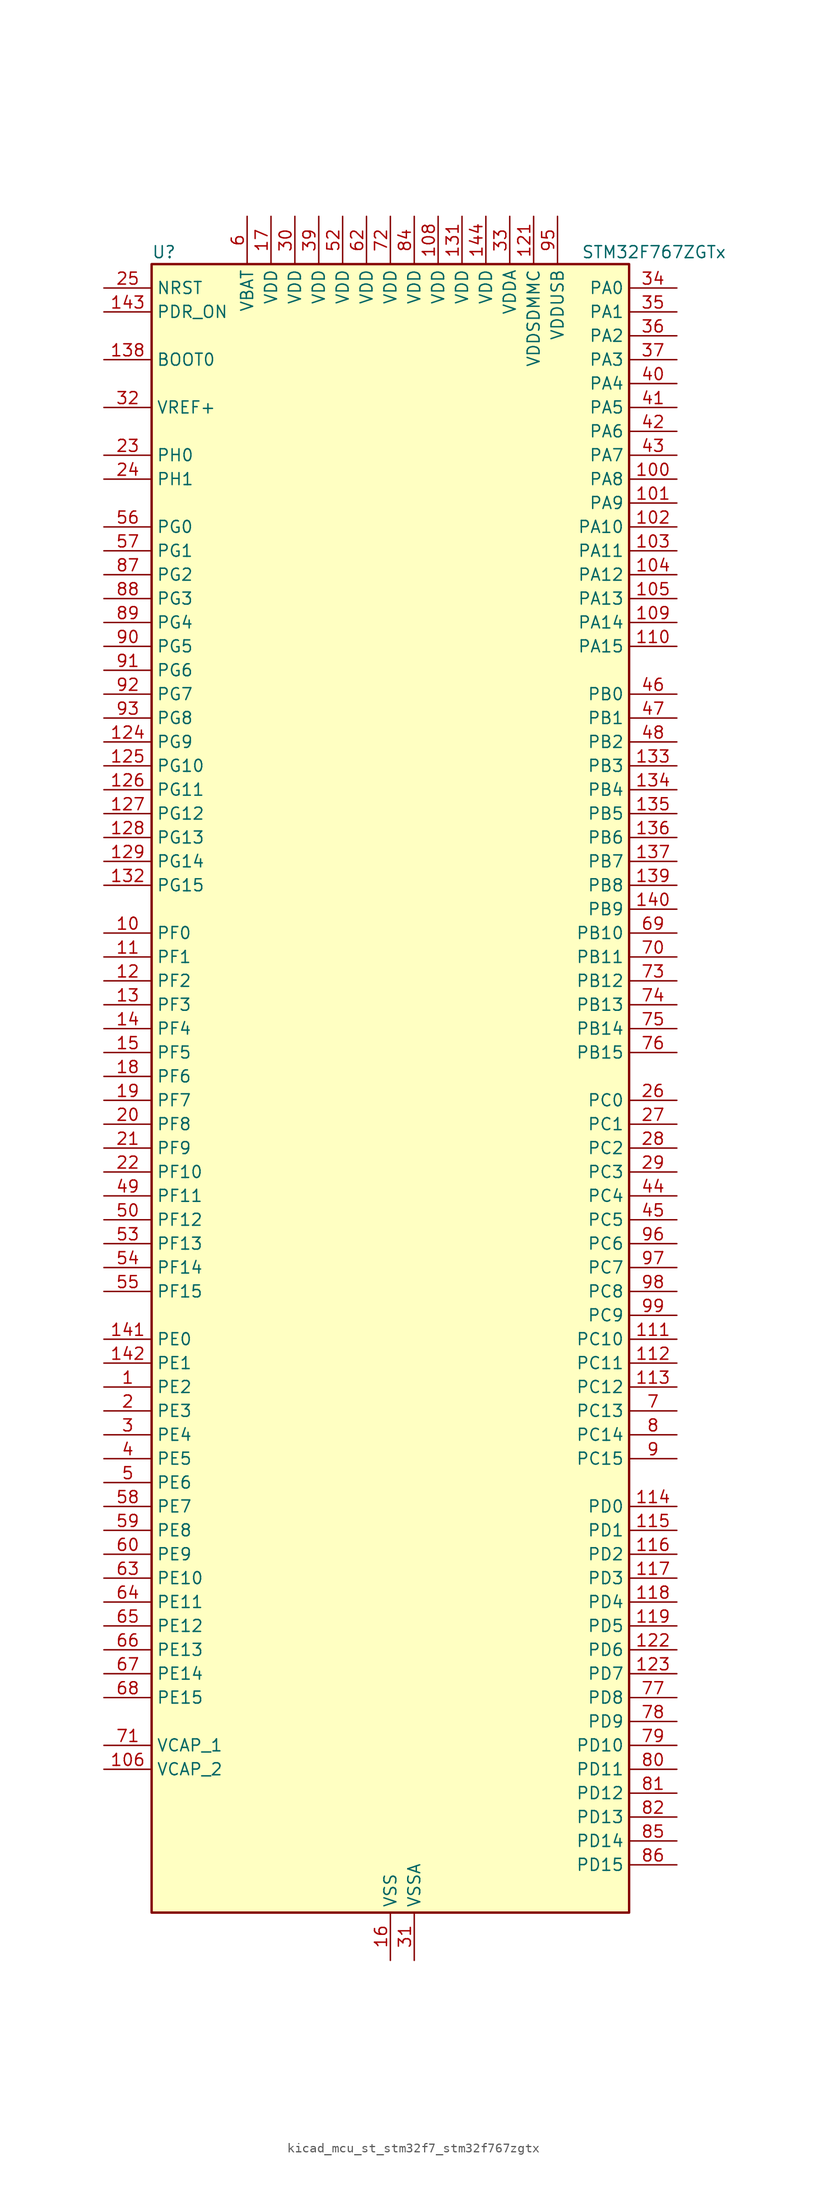
<source format=kicad_sym>
(kicad_symbol_lib
  (version 20220914)
  (generator kicad_symbol_editor)
  (symbol "kicad_mcu_st_stm32f7_stm32f767zgtx"
    (property "Reference" "U"
      (at -25.4 90.17 0)
      (effects (font (size 1.27 1.27)) (justify left)))
    (property "Value" "STM32F767ZGTx"
      (at 20.32 90.17 0)
      (effects (font (size 1.27 1.27)) (justify left)))
    (property "ki_locked" ""
      (at 0 0 0)
      (effects (font (size 1.27 1.27))))
    (symbol "kicad_mcu_st_stm32f7_stm32f767zgtx_0_1"
      (rectangle (start -25.4 -86.36) (end 25.4 88.9) (stroke (width 0.254) (type default)) (fill (type background))))
    (symbol "kicad_mcu_st_stm32f7_stm32f767zgtx_1_1"
      (pin bidirectional line (at -30.48 -30.48 0) (length 5.08) (name "PE2" (effects (font (size 1.27 1.27)))) (number "1" (effects (font (size 1.27 1.27)))) (alternate "ETH_TXD3" bidirectional line) (alternate "FMC_A23" bidirectional line) (alternate "QUADSPI_BK1_IO2" bidirectional line) (alternate "SAI1_MCLK_A" bidirectional line) (alternate "SPI4_SCK" bidirectional line) (alternate "SYS_TRACECLK" bidirectional line))
      (pin bidirectional line (at -30.48 17.78 0) (length 5.08) (name "PF0" (effects (font (size 1.27 1.27)))) (number "10" (effects (font (size 1.27 1.27)))) (alternate "FMC_A0" bidirectional line) (alternate "I2C2_SDA" bidirectional line))
      (pin bidirectional line (at 30.48 66.04 180) (length 5.08) (name "PA8" (effects (font (size 1.27 1.27)))) (number "100" (effects (font (size 1.27 1.27)))) (alternate "CAN3_RX" bidirectional line) (alternate "I2C3_SCL" bidirectional line) (alternate "LTDC_B3" bidirectional line) (alternate "LTDC_R6" bidirectional line) (alternate "RCC_MCO_1" bidirectional line) (alternate "TIM1_CH1" bidirectional line) (alternate "TIM8_BKIN2" bidirectional line) (alternate "UART7_RX" bidirectional line) (alternate "USART1_CK" bidirectional line) (alternate "USB_OTG_FS_SOF" bidirectional line))
      (pin bidirectional line (at 30.48 63.5 180) (length 5.08) (name "PA9" (effects (font (size 1.27 1.27)))) (number "101" (effects (font (size 1.27 1.27)))) (alternate "DAC_EXTI9" bidirectional line) (alternate "DCMI_D0" bidirectional line) (alternate "I2C3_SMBA" bidirectional line) (alternate "I2S2_CK" bidirectional line) (alternate "LTDC_R5" bidirectional line) (alternate "SPI2_SCK" bidirectional line) (alternate "TIM1_CH2" bidirectional line) (alternate "USART1_TX" bidirectional line) (alternate "USB_OTG_FS_VBUS" bidirectional line))
      (pin bidirectional line (at 30.48 60.96 180) (length 5.08) (name "PA10" (effects (font (size 1.27 1.27)))) (number "102" (effects (font (size 1.27 1.27)))) (alternate "DCMI_D1" bidirectional line) (alternate "LTDC_B1" bidirectional line) (alternate "LTDC_B4" bidirectional line) (alternate "MDIOS_MDIO" bidirectional line) (alternate "TIM1_CH3" bidirectional line) (alternate "USART1_RX" bidirectional line) (alternate "USB_OTG_FS_ID" bidirectional line))
      (pin bidirectional line (at 30.48 58.42 180) (length 5.08) (name "PA11" (effects (font (size 1.27 1.27)))) (number "103" (effects (font (size 1.27 1.27)))) (alternate "ADC1_EXTI11" bidirectional line) (alternate "ADC2_EXTI11" bidirectional line) (alternate "ADC3_EXTI11" bidirectional line) (alternate "CAN1_RX" bidirectional line) (alternate "I2S2_WS" bidirectional line) (alternate "LTDC_R4" bidirectional line) (alternate "SPI2_NSS" bidirectional line) (alternate "TIM1_CH4" bidirectional line) (alternate "UART4_RX" bidirectional line) (alternate "USART1_CTS" bidirectional line) (alternate "USB_OTG_FS_DM" bidirectional line))
      (pin bidirectional line (at 30.48 55.88 180) (length 5.08) (name "PA12" (effects (font (size 1.27 1.27)))) (number "104" (effects (font (size 1.27 1.27)))) (alternate "CAN1_TX" bidirectional line) (alternate "I2S2_CK" bidirectional line) (alternate "LTDC_R5" bidirectional line) (alternate "SAI2_FS_B" bidirectional line) (alternate "SPI2_SCK" bidirectional line) (alternate "TIM1_ETR" bidirectional line) (alternate "UART4_TX" bidirectional line) (alternate "USART1_DE" bidirectional line) (alternate "USART1_RTS" bidirectional line) (alternate "USB_OTG_FS_DP" bidirectional line))
      (pin bidirectional line (at 30.48 53.34 180) (length 5.08) (name "PA13" (effects (font (size 1.27 1.27)))) (number "105" (effects (font (size 1.27 1.27)))) (alternate "SYS_JTMS-SWDIO" bidirectional line))
      (pin power_out line (at -30.48 -71.12 0) (length 5.08) (name "VCAP_2" (effects (font (size 1.27 1.27)))) (number "106" (effects (font (size 1.27 1.27)))))
      (pin passive line (at 0 -91.44 90) (length 5.08) hide (name "VSS" (effects (font (size 1.27 1.27)))) (number "107" (effects (font (size 1.27 1.27)))))
      (pin power_in line (at 5.08 93.98 270) (length 5.08) (name "VDD" (effects (font (size 1.27 1.27)))) (number "108" (effects (font (size 1.27 1.27)))))
      (pin bidirectional line (at 30.48 50.8 180) (length 5.08) (name "PA14" (effects (font (size 1.27 1.27)))) (number "109" (effects (font (size 1.27 1.27)))) (alternate "SYS_JTCK-SWCLK" bidirectional line))
      (pin bidirectional line (at -30.48 15.24 0) (length 5.08) (name "PF1" (effects (font (size 1.27 1.27)))) (number "11" (effects (font (size 1.27 1.27)))) (alternate "FMC_A1" bidirectional line) (alternate "I2C2_SCL" bidirectional line))
      (pin bidirectional line (at 30.48 48.26 180) (length 5.08) (name "PA15" (effects (font (size 1.27 1.27)))) (number "110" (effects (font (size 1.27 1.27)))) (alternate "CAN3_TX" bidirectional line) (alternate "CEC" bidirectional line) (alternate "I2S1_WS" bidirectional line) (alternate "I2S3_WS" bidirectional line) (alternate "SPI1_NSS" bidirectional line) (alternate "SPI3_NSS" bidirectional line) (alternate "SPI6_NSS" bidirectional line) (alternate "SYS_JTDI" bidirectional line) (alternate "TIM2_CH1" bidirectional line) (alternate "TIM2_ETR" bidirectional line) (alternate "UART4_DE" bidirectional line) (alternate "UART4_RTS" bidirectional line) (alternate "UART7_TX" bidirectional line))
      (pin bidirectional line (at 30.48 -25.4 180) (length 5.08) (name "PC10" (effects (font (size 1.27 1.27)))) (number "111" (effects (font (size 1.27 1.27)))) (alternate "DCMI_D8" bidirectional line) (alternate "DFSDM1_CKIN5" bidirectional line) (alternate "I2S3_CK" bidirectional line) (alternate "LTDC_R2" bidirectional line) (alternate "QUADSPI_BK1_IO1" bidirectional line) (alternate "SDMMC1_D2" bidirectional line) (alternate "SPI3_SCK" bidirectional line) (alternate "UART4_TX" bidirectional line) (alternate "USART3_TX" bidirectional line))
      (pin bidirectional line (at 30.48 -27.94 180) (length 5.08) (name "PC11" (effects (font (size 1.27 1.27)))) (number "112" (effects (font (size 1.27 1.27)))) (alternate "ADC1_EXTI11" bidirectional line) (alternate "ADC2_EXTI11" bidirectional line) (alternate "ADC3_EXTI11" bidirectional line) (alternate "DCMI_D4" bidirectional line) (alternate "DFSDM1_DATIN5" bidirectional line) (alternate "QUADSPI_BK2_NCS" bidirectional line) (alternate "SDMMC1_D3" bidirectional line) (alternate "SPI3_MISO" bidirectional line) (alternate "UART4_RX" bidirectional line) (alternate "USART3_RX" bidirectional line))
      (pin bidirectional line (at 30.48 -30.48 180) (length 5.08) (name "PC12" (effects (font (size 1.27 1.27)))) (number "113" (effects (font (size 1.27 1.27)))) (alternate "DCMI_D9" bidirectional line) (alternate "I2S3_SD" bidirectional line) (alternate "SDMMC1_CK" bidirectional line) (alternate "SPI3_MOSI" bidirectional line) (alternate "SYS_TRACED3" bidirectional line) (alternate "UART5_TX" bidirectional line) (alternate "USART3_CK" bidirectional line))
      (pin bidirectional line (at 30.48 -43.18 180) (length 5.08) (name "PD0" (effects (font (size 1.27 1.27)))) (number "114" (effects (font (size 1.27 1.27)))) (alternate "CAN1_RX" bidirectional line) (alternate "DFSDM1_CKIN6" bidirectional line) (alternate "DFSDM1_DATIN7" bidirectional line) (alternate "FMC_D2" bidirectional line) (alternate "FMC_DA2" bidirectional line) (alternate "UART4_RX" bidirectional line))
      (pin bidirectional line (at 30.48 -45.72 180) (length 5.08) (name "PD1" (effects (font (size 1.27 1.27)))) (number "115" (effects (font (size 1.27 1.27)))) (alternate "CAN1_TX" bidirectional line) (alternate "DFSDM1_CKIN7" bidirectional line) (alternate "DFSDM1_DATIN6" bidirectional line) (alternate "FMC_D3" bidirectional line) (alternate "FMC_DA3" bidirectional line) (alternate "UART4_TX" bidirectional line))
      (pin bidirectional line (at 30.48 -48.26 180) (length 5.08) (name "PD2" (effects (font (size 1.27 1.27)))) (number "116" (effects (font (size 1.27 1.27)))) (alternate "DCMI_D11" bidirectional line) (alternate "SDMMC1_CMD" bidirectional line) (alternate "SYS_TRACED2" bidirectional line) (alternate "TIM3_ETR" bidirectional line) (alternate "UART5_RX" bidirectional line))
      (pin bidirectional line (at 30.48 -50.8 180) (length 5.08) (name "PD3" (effects (font (size 1.27 1.27)))) (number "117" (effects (font (size 1.27 1.27)))) (alternate "DCMI_D5" bidirectional line) (alternate "DFSDM1_CKOUT" bidirectional line) (alternate "DFSDM1_DATIN0" bidirectional line) (alternate "FMC_CLK" bidirectional line) (alternate "I2S2_CK" bidirectional line) (alternate "LTDC_G7" bidirectional line) (alternate "SPI2_SCK" bidirectional line) (alternate "USART2_CTS" bidirectional line))
      (pin bidirectional line (at 30.48 -53.34 180) (length 5.08) (name "PD4" (effects (font (size 1.27 1.27)))) (number "118" (effects (font (size 1.27 1.27)))) (alternate "DFSDM1_CKIN0" bidirectional line) (alternate "FMC_NOE" bidirectional line) (alternate "USART2_DE" bidirectional line) (alternate "USART2_RTS" bidirectional line))
      (pin bidirectional line (at 30.48 -55.88 180) (length 5.08) (name "PD5" (effects (font (size 1.27 1.27)))) (number "119" (effects (font (size 1.27 1.27)))) (alternate "FMC_NWE" bidirectional line) (alternate "USART2_TX" bidirectional line))
      (pin bidirectional line (at -30.48 12.7 0) (length 5.08) (name "PF2" (effects (font (size 1.27 1.27)))) (number "12" (effects (font (size 1.27 1.27)))) (alternate "FMC_A2" bidirectional line) (alternate "I2C2_SMBA" bidirectional line))
      (pin passive line (at 0 -91.44 90) (length 5.08) hide (name "VSS" (effects (font (size 1.27 1.27)))) (number "120" (effects (font (size 1.27 1.27)))))
      (pin power_in line (at 15.24 93.98 270) (length 5.08) (name "VDDSDMMC" (effects (font (size 1.27 1.27)))) (number "121" (effects (font (size 1.27 1.27)))))
      (pin bidirectional line (at 30.48 -58.42 180) (length 5.08) (name "PD6" (effects (font (size 1.27 1.27)))) (number "122" (effects (font (size 1.27 1.27)))) (alternate "DCMI_D10" bidirectional line) (alternate "DFSDM1_CKIN4" bidirectional line) (alternate "DFSDM1_DATIN1" bidirectional line) (alternate "FMC_NWAIT" bidirectional line) (alternate "I2S3_SD" bidirectional line) (alternate "LTDC_B2" bidirectional line) (alternate "SAI1_SD_A" bidirectional line) (alternate "SDMMC2_CK" bidirectional line) (alternate "SPI3_MOSI" bidirectional line) (alternate "USART2_RX" bidirectional line))
      (pin bidirectional line (at 30.48 -60.96 180) (length 5.08) (name "PD7" (effects (font (size 1.27 1.27)))) (number "123" (effects (font (size 1.27 1.27)))) (alternate "DFSDM1_CKIN1" bidirectional line) (alternate "DFSDM1_DATIN4" bidirectional line) (alternate "FMC_NE1" bidirectional line) (alternate "I2S1_SD" bidirectional line) (alternate "SDMMC2_CMD" bidirectional line) (alternate "SPDIFRX_IN0" bidirectional line) (alternate "SPI1_MOSI" bidirectional line) (alternate "USART2_CK" bidirectional line))
      (pin bidirectional line (at -30.48 38.1 0) (length 5.08) (name "PG9" (effects (font (size 1.27 1.27)))) (number "124" (effects (font (size 1.27 1.27)))) (alternate "DAC_EXTI9" bidirectional line) (alternate "DCMI_VSYNC" bidirectional line) (alternate "FMC_NCE" bidirectional line) (alternate "FMC_NE2" bidirectional line) (alternate "QUADSPI_BK2_IO2" bidirectional line) (alternate "SAI2_FS_B" bidirectional line) (alternate "SDMMC2_D0" bidirectional line) (alternate "SPDIFRX_IN3" bidirectional line) (alternate "SPI1_MISO" bidirectional line) (alternate "USART6_RX" bidirectional line))
      (pin bidirectional line (at -30.48 35.56 0) (length 5.08) (name "PG10" (effects (font (size 1.27 1.27)))) (number "125" (effects (font (size 1.27 1.27)))) (alternate "DCMI_D2" bidirectional line) (alternate "FMC_NE3" bidirectional line) (alternate "I2S1_WS" bidirectional line) (alternate "LTDC_B2" bidirectional line) (alternate "LTDC_G3" bidirectional line) (alternate "SAI2_SD_B" bidirectional line) (alternate "SDMMC2_D1" bidirectional line) (alternate "SPI1_NSS" bidirectional line))
      (pin bidirectional line (at -30.48 33.02 0) (length 5.08) (name "PG11" (effects (font (size 1.27 1.27)))) (number "126" (effects (font (size 1.27 1.27)))) (alternate "ADC1_EXTI11" bidirectional line) (alternate "ADC2_EXTI11" bidirectional line) (alternate "ADC3_EXTI11" bidirectional line) (alternate "DCMI_D3" bidirectional line) (alternate "ETH_TX_EN" bidirectional line) (alternate "I2S1_CK" bidirectional line) (alternate "LTDC_B3" bidirectional line) (alternate "SDMMC2_D2" bidirectional line) (alternate "SPDIFRX_IN0" bidirectional line) (alternate "SPI1_SCK" bidirectional line))
      (pin bidirectional line (at -30.48 30.48 0) (length 5.08) (name "PG12" (effects (font (size 1.27 1.27)))) (number "127" (effects (font (size 1.27 1.27)))) (alternate "FMC_NE4" bidirectional line) (alternate "LPTIM1_IN1" bidirectional line) (alternate "LTDC_B1" bidirectional line) (alternate "LTDC_B4" bidirectional line) (alternate "SDMMC2_D3" bidirectional line) (alternate "SPDIFRX_IN1" bidirectional line) (alternate "SPI6_MISO" bidirectional line) (alternate "USART6_DE" bidirectional line) (alternate "USART6_RTS" bidirectional line))
      (pin bidirectional line (at -30.48 27.94 0) (length 5.08) (name "PG13" (effects (font (size 1.27 1.27)))) (number "128" (effects (font (size 1.27 1.27)))) (alternate "ETH_TXD0" bidirectional line) (alternate "FMC_A24" bidirectional line) (alternate "LPTIM1_OUT" bidirectional line) (alternate "LTDC_R0" bidirectional line) (alternate "SPI6_SCK" bidirectional line) (alternate "SYS_TRACED0" bidirectional line) (alternate "USART6_CTS" bidirectional line))
      (pin bidirectional line (at -30.48 25.4 0) (length 5.08) (name "PG14" (effects (font (size 1.27 1.27)))) (number "129" (effects (font (size 1.27 1.27)))) (alternate "ETH_TXD1" bidirectional line) (alternate "FMC_A25" bidirectional line) (alternate "LPTIM1_ETR" bidirectional line) (alternate "LTDC_B0" bidirectional line) (alternate "QUADSPI_BK2_IO3" bidirectional line) (alternate "SPI6_MOSI" bidirectional line) (alternate "SYS_TRACED1" bidirectional line) (alternate "USART6_TX" bidirectional line))
      (pin bidirectional line (at -30.48 10.16 0) (length 5.08) (name "PF3" (effects (font (size 1.27 1.27)))) (number "13" (effects (font (size 1.27 1.27)))) (alternate "ADC3_IN9" bidirectional line) (alternate "FMC_A3" bidirectional line))
      (pin passive line (at 0 -91.44 90) (length 5.08) hide (name "VSS" (effects (font (size 1.27 1.27)))) (number "130" (effects (font (size 1.27 1.27)))))
      (pin power_in line (at 7.62 93.98 270) (length 5.08) (name "VDD" (effects (font (size 1.27 1.27)))) (number "131" (effects (font (size 1.27 1.27)))))
      (pin bidirectional line (at -30.48 22.86 0) (length 5.08) (name "PG15" (effects (font (size 1.27 1.27)))) (number "132" (effects (font (size 1.27 1.27)))) (alternate "DCMI_D13" bidirectional line) (alternate "FMC_SDNCAS" bidirectional line) (alternate "USART6_CTS" bidirectional line))
      (pin bidirectional line (at 30.48 35.56 180) (length 5.08) (name "PB3" (effects (font (size 1.27 1.27)))) (number "133" (effects (font (size 1.27 1.27)))) (alternate "CAN3_RX" bidirectional line) (alternate "I2S1_CK" bidirectional line) (alternate "I2S3_CK" bidirectional line) (alternate "SDMMC2_D2" bidirectional line) (alternate "SPI1_SCK" bidirectional line) (alternate "SPI3_SCK" bidirectional line) (alternate "SPI6_SCK" bidirectional line) (alternate "SYS_JTDO-SWO" bidirectional line) (alternate "TIM2_CH2" bidirectional line) (alternate "UART7_RX" bidirectional line))
      (pin bidirectional line (at 30.48 33.02 180) (length 5.08) (name "PB4" (effects (font (size 1.27 1.27)))) (number "134" (effects (font (size 1.27 1.27)))) (alternate "CAN3_TX" bidirectional line) (alternate "I2S2_WS" bidirectional line) (alternate "SDMMC2_D3" bidirectional line) (alternate "SPI1_MISO" bidirectional line) (alternate "SPI2_NSS" bidirectional line) (alternate "SPI3_MISO" bidirectional line) (alternate "SPI6_MISO" bidirectional line) (alternate "SYS_JTRST" bidirectional line) (alternate "TIM3_CH1" bidirectional line) (alternate "UART7_TX" bidirectional line))
      (pin bidirectional line (at 30.48 30.48 180) (length 5.08) (name "PB5" (effects (font (size 1.27 1.27)))) (number "135" (effects (font (size 1.27 1.27)))) (alternate "CAN2_RX" bidirectional line) (alternate "DCMI_D10" bidirectional line) (alternate "ETH_PPS_OUT" bidirectional line) (alternate "FMC_SDCKE1" bidirectional line) (alternate "I2C1_SMBA" bidirectional line) (alternate "I2S1_SD" bidirectional line) (alternate "I2S3_SD" bidirectional line) (alternate "LTDC_G7" bidirectional line) (alternate "SPI1_MOSI" bidirectional line) (alternate "SPI3_MOSI" bidirectional line) (alternate "SPI6_MOSI" bidirectional line) (alternate "TIM3_CH2" bidirectional line) (alternate "UART5_RX" bidirectional line) (alternate "USB_OTG_HS_ULPI_D7" bidirectional line))
      (pin bidirectional line (at 30.48 27.94 180) (length 5.08) (name "PB6" (effects (font (size 1.27 1.27)))) (number "136" (effects (font (size 1.27 1.27)))) (alternate "CAN2_TX" bidirectional line) (alternate "CEC" bidirectional line) (alternate "DCMI_D5" bidirectional line) (alternate "DFSDM1_DATIN5" bidirectional line) (alternate "FMC_SDNE1" bidirectional line) (alternate "I2C1_SCL" bidirectional line) (alternate "I2C4_SCL" bidirectional line) (alternate "QUADSPI_BK1_NCS" bidirectional line) (alternate "TIM4_CH1" bidirectional line) (alternate "UART5_TX" bidirectional line) (alternate "USART1_TX" bidirectional line))
      (pin bidirectional line (at 30.48 25.4 180) (length 5.08) (name "PB7" (effects (font (size 1.27 1.27)))) (number "137" (effects (font (size 1.27 1.27)))) (alternate "DCMI_VSYNC" bidirectional line) (alternate "DFSDM1_CKIN5" bidirectional line) (alternate "FMC_NL" bidirectional line) (alternate "I2C1_SDA" bidirectional line) (alternate "I2C4_SDA" bidirectional line) (alternate "TIM4_CH2" bidirectional line) (alternate "USART1_RX" bidirectional line))
      (pin input line (at -30.48 78.74 0) (length 5.08) (name "BOOT0" (effects (font (size 1.27 1.27)))) (number "138" (effects (font (size 1.27 1.27)))))
      (pin bidirectional line (at 30.48 22.86 180) (length 5.08) (name "PB8" (effects (font (size 1.27 1.27)))) (number "139" (effects (font (size 1.27 1.27)))) (alternate "CAN1_RX" bidirectional line) (alternate "DCMI_D6" bidirectional line) (alternate "DFSDM1_CKIN7" bidirectional line) (alternate "ETH_TXD3" bidirectional line) (alternate "I2C1_SCL" bidirectional line) (alternate "I2C4_SCL" bidirectional line) (alternate "LTDC_B6" bidirectional line) (alternate "SDMMC1_D4" bidirectional line) (alternate "SDMMC2_D4" bidirectional line) (alternate "TIM10_CH1" bidirectional line) (alternate "TIM4_CH3" bidirectional line) (alternate "UART5_RX" bidirectional line))
      (pin bidirectional line (at -30.48 7.62 0) (length 5.08) (name "PF4" (effects (font (size 1.27 1.27)))) (number "14" (effects (font (size 1.27 1.27)))) (alternate "ADC3_IN14" bidirectional line) (alternate "FMC_A4" bidirectional line))
      (pin bidirectional line (at 30.48 20.32 180) (length 5.08) (name "PB9" (effects (font (size 1.27 1.27)))) (number "140" (effects (font (size 1.27 1.27)))) (alternate "CAN1_TX" bidirectional line) (alternate "DAC_EXTI9" bidirectional line) (alternate "DCMI_D7" bidirectional line) (alternate "DFSDM1_DATIN7" bidirectional line) (alternate "I2C1_SDA" bidirectional line) (alternate "I2C4_SDA" bidirectional line) (alternate "I2C4_SMBA" bidirectional line) (alternate "I2S2_WS" bidirectional line) (alternate "LTDC_B7" bidirectional line) (alternate "SDMMC1_D5" bidirectional line) (alternate "SDMMC2_D5" bidirectional line) (alternate "SPI2_NSS" bidirectional line) (alternate "TIM11_CH1" bidirectional line) (alternate "TIM4_CH4" bidirectional line) (alternate "UART5_TX" bidirectional line))
      (pin bidirectional line (at -30.48 -25.4 0) (length 5.08) (name "PE0" (effects (font (size 1.27 1.27)))) (number "141" (effects (font (size 1.27 1.27)))) (alternate "DCMI_D2" bidirectional line) (alternate "FMC_NBL0" bidirectional line) (alternate "LPTIM1_ETR" bidirectional line) (alternate "SAI2_MCLK_A" bidirectional line) (alternate "TIM4_ETR" bidirectional line) (alternate "UART8_RX" bidirectional line))
      (pin bidirectional line (at -30.48 -27.94 0) (length 5.08) (name "PE1" (effects (font (size 1.27 1.27)))) (number "142" (effects (font (size 1.27 1.27)))) (alternate "DCMI_D3" bidirectional line) (alternate "FMC_NBL1" bidirectional line) (alternate "LPTIM1_IN2" bidirectional line) (alternate "UART8_TX" bidirectional line))
      (pin input line (at -30.48 83.82 0) (length 5.08) (name "PDR_ON" (effects (font (size 1.27 1.27)))) (number "143" (effects (font (size 1.27 1.27)))))
      (pin power_in line (at 10.16 93.98 270) (length 5.08) (name "VDD" (effects (font (size 1.27 1.27)))) (number "144" (effects (font (size 1.27 1.27)))))
      (pin bidirectional line (at -30.48 5.08 0) (length 5.08) (name "PF5" (effects (font (size 1.27 1.27)))) (number "15" (effects (font (size 1.27 1.27)))) (alternate "ADC3_IN15" bidirectional line) (alternate "FMC_A5" bidirectional line))
      (pin power_in line (at 0 -91.44 90) (length 5.08) (name "VSS" (effects (font (size 1.27 1.27)))) (number "16" (effects (font (size 1.27 1.27)))))
      (pin power_in line (at -12.7 93.98 270) (length 5.08) (name "VDD" (effects (font (size 1.27 1.27)))) (number "17" (effects (font (size 1.27 1.27)))))
      (pin bidirectional line (at -30.48 2.54 0) (length 5.08) (name "PF6" (effects (font (size 1.27 1.27)))) (number "18" (effects (font (size 1.27 1.27)))) (alternate "ADC3_IN4" bidirectional line) (alternate "QUADSPI_BK1_IO3" bidirectional line) (alternate "SAI1_SD_B" bidirectional line) (alternate "SPI5_NSS" bidirectional line) (alternate "TIM10_CH1" bidirectional line) (alternate "UART7_RX" bidirectional line))
      (pin bidirectional line (at -30.48 0 0) (length 5.08) (name "PF7" (effects (font (size 1.27 1.27)))) (number "19" (effects (font (size 1.27 1.27)))) (alternate "ADC3_IN5" bidirectional line) (alternate "QUADSPI_BK1_IO2" bidirectional line) (alternate "SAI1_MCLK_B" bidirectional line) (alternate "SPI5_SCK" bidirectional line) (alternate "TIM11_CH1" bidirectional line) (alternate "UART7_TX" bidirectional line))
      (pin bidirectional line (at -30.48 -33.02 0) (length 5.08) (name "PE3" (effects (font (size 1.27 1.27)))) (number "2" (effects (font (size 1.27 1.27)))) (alternate "FMC_A19" bidirectional line) (alternate "SAI1_SD_B" bidirectional line) (alternate "SYS_TRACED0" bidirectional line))
      (pin bidirectional line (at -30.48 -2.54 0) (length 5.08) (name "PF8" (effects (font (size 1.27 1.27)))) (number "20" (effects (font (size 1.27 1.27)))) (alternate "ADC3_IN6" bidirectional line) (alternate "QUADSPI_BK1_IO0" bidirectional line) (alternate "SAI1_SCK_B" bidirectional line) (alternate "SPI5_MISO" bidirectional line) (alternate "TIM13_CH1" bidirectional line) (alternate "UART7_DE" bidirectional line) (alternate "UART7_RTS" bidirectional line))
      (pin bidirectional line (at -30.48 -5.08 0) (length 5.08) (name "PF9" (effects (font (size 1.27 1.27)))) (number "21" (effects (font (size 1.27 1.27)))) (alternate "ADC3_IN7" bidirectional line) (alternate "DAC_EXTI9" bidirectional line) (alternate "QUADSPI_BK1_IO1" bidirectional line) (alternate "SAI1_FS_B" bidirectional line) (alternate "SPI5_MOSI" bidirectional line) (alternate "TIM14_CH1" bidirectional line) (alternate "UART7_CTS" bidirectional line))
      (pin bidirectional line (at -30.48 -7.62 0) (length 5.08) (name "PF10" (effects (font (size 1.27 1.27)))) (number "22" (effects (font (size 1.27 1.27)))) (alternate "ADC3_IN8" bidirectional line) (alternate "DCMI_D11" bidirectional line) (alternate "LTDC_DE" bidirectional line) (alternate "QUADSPI_CLK" bidirectional line))
      (pin bidirectional line (at -30.48 68.58 0) (length 5.08) (name "PH0" (effects (font (size 1.27 1.27)))) (number "23" (effects (font (size 1.27 1.27)))) (alternate "RCC_OSC_IN" bidirectional line))
      (pin bidirectional line (at -30.48 66.04 0) (length 5.08) (name "PH1" (effects (font (size 1.27 1.27)))) (number "24" (effects (font (size 1.27 1.27)))) (alternate "RCC_OSC_OUT" bidirectional line))
      (pin input line (at -30.48 86.36 0) (length 5.08) (name "NRST" (effects (font (size 1.27 1.27)))) (number "25" (effects (font (size 1.27 1.27)))))
      (pin bidirectional line (at 30.48 0 180) (length 5.08) (name "PC0" (effects (font (size 1.27 1.27)))) (number "26" (effects (font (size 1.27 1.27)))) (alternate "ADC1_IN10" bidirectional line) (alternate "ADC2_IN10" bidirectional line) (alternate "ADC3_IN10" bidirectional line) (alternate "DFSDM1_CKIN0" bidirectional line) (alternate "DFSDM1_DATIN4" bidirectional line) (alternate "FMC_SDNWE" bidirectional line) (alternate "LTDC_R5" bidirectional line) (alternate "SAI2_FS_B" bidirectional line) (alternate "USB_OTG_HS_ULPI_STP" bidirectional line))
      (pin bidirectional line (at 30.48 -2.54 180) (length 5.08) (name "PC1" (effects (font (size 1.27 1.27)))) (number "27" (effects (font (size 1.27 1.27)))) (alternate "ADC1_IN11" bidirectional line) (alternate "ADC2_IN11" bidirectional line) (alternate "ADC3_IN11" bidirectional line) (alternate "DFSDM1_CKIN4" bidirectional line) (alternate "DFSDM1_DATIN0" bidirectional line) (alternate "ETH_MDC" bidirectional line) (alternate "I2S2_SD" bidirectional line) (alternate "MDIOS_MDC" bidirectional line) (alternate "RTC_TAMP3" bidirectional line) (alternate "RTC_TS" bidirectional line) (alternate "SAI1_SD_A" bidirectional line) (alternate "SPI2_MOSI" bidirectional line) (alternate "SYS_TRACED0" bidirectional line) (alternate "SYS_WKUP3" bidirectional line))
      (pin bidirectional line (at 30.48 -5.08 180) (length 5.08) (name "PC2" (effects (font (size 1.27 1.27)))) (number "28" (effects (font (size 1.27 1.27)))) (alternate "ADC1_IN12" bidirectional line) (alternate "ADC2_IN12" bidirectional line) (alternate "ADC3_IN12" bidirectional line) (alternate "DFSDM1_CKIN1" bidirectional line) (alternate "DFSDM1_CKOUT" bidirectional line) (alternate "ETH_TXD2" bidirectional line) (alternate "FMC_SDNE0" bidirectional line) (alternate "SPI2_MISO" bidirectional line) (alternate "USB_OTG_HS_ULPI_DIR" bidirectional line))
      (pin bidirectional line (at 30.48 -7.62 180) (length 5.08) (name "PC3" (effects (font (size 1.27 1.27)))) (number "29" (effects (font (size 1.27 1.27)))) (alternate "ADC1_IN13" bidirectional line) (alternate "ADC2_IN13" bidirectional line) (alternate "ADC3_IN13" bidirectional line) (alternate "DFSDM1_DATIN1" bidirectional line) (alternate "ETH_TX_CLK" bidirectional line) (alternate "FMC_SDCKE0" bidirectional line) (alternate "I2S2_SD" bidirectional line) (alternate "SPI2_MOSI" bidirectional line) (alternate "USB_OTG_HS_ULPI_NXT" bidirectional line))
      (pin bidirectional line (at -30.48 -35.56 0) (length 5.08) (name "PE4" (effects (font (size 1.27 1.27)))) (number "3" (effects (font (size 1.27 1.27)))) (alternate "DCMI_D4" bidirectional line) (alternate "DFSDM1_DATIN3" bidirectional line) (alternate "FMC_A20" bidirectional line) (alternate "LTDC_B0" bidirectional line) (alternate "SAI1_FS_A" bidirectional line) (alternate "SPI4_NSS" bidirectional line) (alternate "SYS_TRACED1" bidirectional line))
      (pin power_in line (at -10.16 93.98 270) (length 5.08) (name "VDD" (effects (font (size 1.27 1.27)))) (number "30" (effects (font (size 1.27 1.27)))))
      (pin power_in line (at 2.54 -91.44 90) (length 5.08) (name "VSSA" (effects (font (size 1.27 1.27)))) (number "31" (effects (font (size 1.27 1.27)))))
      (pin input line (at -30.48 73.66 0) (length 5.08) (name "VREF+" (effects (font (size 1.27 1.27)))) (number "32" (effects (font (size 1.27 1.27)))))
      (pin power_in line (at 12.7 93.98 270) (length 5.08) (name "VDDA" (effects (font (size 1.27 1.27)))) (number "33" (effects (font (size 1.27 1.27)))))
      (pin bidirectional line (at 30.48 86.36 180) (length 5.08) (name "PA0" (effects (font (size 1.27 1.27)))) (number "34" (effects (font (size 1.27 1.27)))) (alternate "ADC1_IN0" bidirectional line) (alternate "ADC2_IN0" bidirectional line) (alternate "ADC3_IN0" bidirectional line) (alternate "ETH_CRS" bidirectional line) (alternate "SAI2_SD_B" bidirectional line) (alternate "SYS_WKUP1" bidirectional line) (alternate "TIM2_CH1" bidirectional line) (alternate "TIM2_ETR" bidirectional line) (alternate "TIM5_CH1" bidirectional line) (alternate "TIM8_ETR" bidirectional line) (alternate "UART4_TX" bidirectional line) (alternate "USART2_CTS" bidirectional line))
      (pin bidirectional line (at 30.48 83.82 180) (length 5.08) (name "PA1" (effects (font (size 1.27 1.27)))) (number "35" (effects (font (size 1.27 1.27)))) (alternate "ADC1_IN1" bidirectional line) (alternate "ADC2_IN1" bidirectional line) (alternate "ADC3_IN1" bidirectional line) (alternate "ETH_REF_CLK" bidirectional line) (alternate "ETH_RX_CLK" bidirectional line) (alternate "LTDC_R2" bidirectional line) (alternate "QUADSPI_BK1_IO3" bidirectional line) (alternate "SAI2_MCLK_B" bidirectional line) (alternate "TIM2_CH2" bidirectional line) (alternate "TIM5_CH2" bidirectional line) (alternate "UART4_RX" bidirectional line) (alternate "USART2_DE" bidirectional line) (alternate "USART2_RTS" bidirectional line))
      (pin bidirectional line (at 30.48 81.28 180) (length 5.08) (name "PA2" (effects (font (size 1.27 1.27)))) (number "36" (effects (font (size 1.27 1.27)))) (alternate "ADC1_IN2" bidirectional line) (alternate "ADC2_IN2" bidirectional line) (alternate "ADC3_IN2" bidirectional line) (alternate "ETH_MDIO" bidirectional line) (alternate "LTDC_R1" bidirectional line) (alternate "MDIOS_MDIO" bidirectional line) (alternate "SAI2_SCK_B" bidirectional line) (alternate "SYS_WKUP2" bidirectional line) (alternate "TIM2_CH3" bidirectional line) (alternate "TIM5_CH3" bidirectional line) (alternate "TIM9_CH1" bidirectional line) (alternate "USART2_TX" bidirectional line))
      (pin bidirectional line (at 30.48 78.74 180) (length 5.08) (name "PA3" (effects (font (size 1.27 1.27)))) (number "37" (effects (font (size 1.27 1.27)))) (alternate "ADC1_IN3" bidirectional line) (alternate "ADC2_IN3" bidirectional line) (alternate "ADC3_IN3" bidirectional line) (alternate "ETH_COL" bidirectional line) (alternate "LTDC_B2" bidirectional line) (alternate "LTDC_B5" bidirectional line) (alternate "TIM2_CH4" bidirectional line) (alternate "TIM5_CH4" bidirectional line) (alternate "TIM9_CH2" bidirectional line) (alternate "USART2_RX" bidirectional line) (alternate "USB_OTG_HS_ULPI_D0" bidirectional line))
      (pin passive line (at 0 -91.44 90) (length 5.08) hide (name "VSS" (effects (font (size 1.27 1.27)))) (number "38" (effects (font (size 1.27 1.27)))))
      (pin power_in line (at -7.62 93.98 270) (length 5.08) (name "VDD" (effects (font (size 1.27 1.27)))) (number "39" (effects (font (size 1.27 1.27)))))
      (pin bidirectional line (at -30.48 -38.1 0) (length 5.08) (name "PE5" (effects (font (size 1.27 1.27)))) (number "4" (effects (font (size 1.27 1.27)))) (alternate "DCMI_D6" bidirectional line) (alternate "DFSDM1_CKIN3" bidirectional line) (alternate "FMC_A21" bidirectional line) (alternate "LTDC_G0" bidirectional line) (alternate "SAI1_SCK_A" bidirectional line) (alternate "SPI4_MISO" bidirectional line) (alternate "SYS_TRACED2" bidirectional line) (alternate "TIM9_CH1" bidirectional line))
      (pin bidirectional line (at 30.48 76.2 180) (length 5.08) (name "PA4" (effects (font (size 1.27 1.27)))) (number "40" (effects (font (size 1.27 1.27)))) (alternate "ADC1_IN4" bidirectional line) (alternate "ADC2_IN4" bidirectional line) (alternate "DAC_OUT1" bidirectional line) (alternate "DCMI_HSYNC" bidirectional line) (alternate "I2S1_WS" bidirectional line) (alternate "I2S3_WS" bidirectional line) (alternate "LTDC_VSYNC" bidirectional line) (alternate "SPI1_NSS" bidirectional line) (alternate "SPI3_NSS" bidirectional line) (alternate "SPI6_NSS" bidirectional line) (alternate "USART2_CK" bidirectional line) (alternate "USB_OTG_HS_SOF" bidirectional line))
      (pin bidirectional line (at 30.48 73.66 180) (length 5.08) (name "PA5" (effects (font (size 1.27 1.27)))) (number "41" (effects (font (size 1.27 1.27)))) (alternate "ADC1_IN5" bidirectional line) (alternate "ADC2_IN5" bidirectional line) (alternate "DAC_OUT2" bidirectional line) (alternate "I2S1_CK" bidirectional line) (alternate "LTDC_R4" bidirectional line) (alternate "SPI1_SCK" bidirectional line) (alternate "SPI6_SCK" bidirectional line) (alternate "TIM2_CH1" bidirectional line) (alternate "TIM2_ETR" bidirectional line) (alternate "TIM8_CH1N" bidirectional line) (alternate "USB_OTG_HS_ULPI_CK" bidirectional line))
      (pin bidirectional line (at 30.48 71.12 180) (length 5.08) (name "PA6" (effects (font (size 1.27 1.27)))) (number "42" (effects (font (size 1.27 1.27)))) (alternate "ADC1_IN6" bidirectional line) (alternate "ADC2_IN6" bidirectional line) (alternate "DCMI_PIXCLK" bidirectional line) (alternate "LTDC_G2" bidirectional line) (alternate "MDIOS_MDC" bidirectional line) (alternate "SPI1_MISO" bidirectional line) (alternate "SPI6_MISO" bidirectional line) (alternate "TIM13_CH1" bidirectional line) (alternate "TIM1_BKIN" bidirectional line) (alternate "TIM3_CH1" bidirectional line) (alternate "TIM8_BKIN" bidirectional line))
      (pin bidirectional line (at 30.48 68.58 180) (length 5.08) (name "PA7" (effects (font (size 1.27 1.27)))) (number "43" (effects (font (size 1.27 1.27)))) (alternate "ADC1_IN7" bidirectional line) (alternate "ADC2_IN7" bidirectional line) (alternate "ETH_CRS_DV" bidirectional line) (alternate "ETH_RX_DV" bidirectional line) (alternate "FMC_SDNWE" bidirectional line) (alternate "I2S1_SD" bidirectional line) (alternate "SPI1_MOSI" bidirectional line) (alternate "SPI6_MOSI" bidirectional line) (alternate "TIM14_CH1" bidirectional line) (alternate "TIM1_CH1N" bidirectional line) (alternate "TIM3_CH2" bidirectional line) (alternate "TIM8_CH1N" bidirectional line))
      (pin bidirectional line (at 30.48 -10.16 180) (length 5.08) (name "PC4" (effects (font (size 1.27 1.27)))) (number "44" (effects (font (size 1.27 1.27)))) (alternate "ADC1_IN14" bidirectional line) (alternate "ADC2_IN14" bidirectional line) (alternate "DFSDM1_CKIN2" bidirectional line) (alternate "ETH_RXD0" bidirectional line) (alternate "FMC_SDNE0" bidirectional line) (alternate "I2S1_MCK" bidirectional line) (alternate "SPDIFRX_IN2" bidirectional line))
      (pin bidirectional line (at 30.48 -12.7 180) (length 5.08) (name "PC5" (effects (font (size 1.27 1.27)))) (number "45" (effects (font (size 1.27 1.27)))) (alternate "ADC1_IN15" bidirectional line) (alternate "ADC2_IN15" bidirectional line) (alternate "DFSDM1_DATIN2" bidirectional line) (alternate "ETH_RXD1" bidirectional line) (alternate "FMC_SDCKE0" bidirectional line) (alternate "SPDIFRX_IN3" bidirectional line))
      (pin bidirectional line (at 30.48 43.18 180) (length 5.08) (name "PB0" (effects (font (size 1.27 1.27)))) (number "46" (effects (font (size 1.27 1.27)))) (alternate "ADC1_IN8" bidirectional line) (alternate "ADC2_IN8" bidirectional line) (alternate "DFSDM1_CKOUT" bidirectional line) (alternate "ETH_RXD2" bidirectional line) (alternate "LTDC_G1" bidirectional line) (alternate "LTDC_R3" bidirectional line) (alternate "TIM1_CH2N" bidirectional line) (alternate "TIM3_CH3" bidirectional line) (alternate "TIM8_CH2N" bidirectional line) (alternate "UART4_CTS" bidirectional line) (alternate "USB_OTG_HS_ULPI_D1" bidirectional line))
      (pin bidirectional line (at 30.48 40.64 180) (length 5.08) (name "PB1" (effects (font (size 1.27 1.27)))) (number "47" (effects (font (size 1.27 1.27)))) (alternate "ADC1_IN9" bidirectional line) (alternate "ADC2_IN9" bidirectional line) (alternate "DFSDM1_DATIN1" bidirectional line) (alternate "ETH_RXD3" bidirectional line) (alternate "LTDC_G0" bidirectional line) (alternate "LTDC_R6" bidirectional line) (alternate "TIM1_CH3N" bidirectional line) (alternate "TIM3_CH4" bidirectional line) (alternate "TIM8_CH3N" bidirectional line) (alternate "USB_OTG_HS_ULPI_D2" bidirectional line))
      (pin bidirectional line (at 30.48 38.1 180) (length 5.08) (name "PB2" (effects (font (size 1.27 1.27)))) (number "48" (effects (font (size 1.27 1.27)))) (alternate "DFSDM1_CKIN1" bidirectional line) (alternate "I2S3_SD" bidirectional line) (alternate "QUADSPI_CLK" bidirectional line) (alternate "SAI1_SD_A" bidirectional line) (alternate "SPI3_MOSI" bidirectional line))
      (pin bidirectional line (at -30.48 -10.16 0) (length 5.08) (name "PF11" (effects (font (size 1.27 1.27)))) (number "49" (effects (font (size 1.27 1.27)))) (alternate "ADC1_EXTI11" bidirectional line) (alternate "ADC2_EXTI11" bidirectional line) (alternate "ADC3_EXTI11" bidirectional line) (alternate "DCMI_D12" bidirectional line) (alternate "FMC_SDNRAS" bidirectional line) (alternate "SAI2_SD_B" bidirectional line) (alternate "SPI5_MOSI" bidirectional line))
      (pin bidirectional line (at -30.48 -40.64 0) (length 5.08) (name "PE6" (effects (font (size 1.27 1.27)))) (number "5" (effects (font (size 1.27 1.27)))) (alternate "DCMI_D7" bidirectional line) (alternate "FMC_A22" bidirectional line) (alternate "LTDC_G1" bidirectional line) (alternate "SAI1_SD_A" bidirectional line) (alternate "SAI2_MCLK_B" bidirectional line) (alternate "SPI4_MOSI" bidirectional line) (alternate "SYS_TRACED3" bidirectional line) (alternate "TIM1_BKIN2" bidirectional line) (alternate "TIM9_CH2" bidirectional line))
      (pin bidirectional line (at -30.48 -12.7 0) (length 5.08) (name "PF12" (effects (font (size 1.27 1.27)))) (number "50" (effects (font (size 1.27 1.27)))) (alternate "FMC_A6" bidirectional line))
      (pin passive line (at 0 -91.44 90) (length 5.08) hide (name "VSS" (effects (font (size 1.27 1.27)))) (number "51" (effects (font (size 1.27 1.27)))))
      (pin power_in line (at -5.08 93.98 270) (length 5.08) (name "VDD" (effects (font (size 1.27 1.27)))) (number "52" (effects (font (size 1.27 1.27)))))
      (pin bidirectional line (at -30.48 -15.24 0) (length 5.08) (name "PF13" (effects (font (size 1.27 1.27)))) (number "53" (effects (font (size 1.27 1.27)))) (alternate "DFSDM1_DATIN6" bidirectional line) (alternate "FMC_A7" bidirectional line) (alternate "I2C4_SMBA" bidirectional line))
      (pin bidirectional line (at -30.48 -17.78 0) (length 5.08) (name "PF14" (effects (font (size 1.27 1.27)))) (number "54" (effects (font (size 1.27 1.27)))) (alternate "DFSDM1_CKIN6" bidirectional line) (alternate "FMC_A8" bidirectional line) (alternate "I2C4_SCL" bidirectional line))
      (pin bidirectional line (at -30.48 -20.32 0) (length 5.08) (name "PF15" (effects (font (size 1.27 1.27)))) (number "55" (effects (font (size 1.27 1.27)))) (alternate "FMC_A9" bidirectional line) (alternate "I2C4_SDA" bidirectional line))
      (pin bidirectional line (at -30.48 60.96 0) (length 5.08) (name "PG0" (effects (font (size 1.27 1.27)))) (number "56" (effects (font (size 1.27 1.27)))) (alternate "FMC_A10" bidirectional line))
      (pin bidirectional line (at -30.48 58.42 0) (length 5.08) (name "PG1" (effects (font (size 1.27 1.27)))) (number "57" (effects (font (size 1.27 1.27)))) (alternate "FMC_A11" bidirectional line))
      (pin bidirectional line (at -30.48 -43.18 0) (length 5.08) (name "PE7" (effects (font (size 1.27 1.27)))) (number "58" (effects (font (size 1.27 1.27)))) (alternate "DFSDM1_DATIN2" bidirectional line) (alternate "FMC_D4" bidirectional line) (alternate "FMC_DA4" bidirectional line) (alternate "QUADSPI_BK2_IO0" bidirectional line) (alternate "TIM1_ETR" bidirectional line) (alternate "UART7_RX" bidirectional line))
      (pin bidirectional line (at -30.48 -45.72 0) (length 5.08) (name "PE8" (effects (font (size 1.27 1.27)))) (number "59" (effects (font (size 1.27 1.27)))) (alternate "DFSDM1_CKIN2" bidirectional line) (alternate "FMC_D5" bidirectional line) (alternate "FMC_DA5" bidirectional line) (alternate "QUADSPI_BK2_IO1" bidirectional line) (alternate "TIM1_CH1N" bidirectional line) (alternate "UART7_TX" bidirectional line))
      (pin power_in line (at -15.24 93.98 270) (length 5.08) (name "VBAT" (effects (font (size 1.27 1.27)))) (number "6" (effects (font (size 1.27 1.27)))))
      (pin bidirectional line (at -30.48 -48.26 0) (length 5.08) (name "PE9" (effects (font (size 1.27 1.27)))) (number "60" (effects (font (size 1.27 1.27)))) (alternate "DAC_EXTI9" bidirectional line) (alternate "DFSDM1_CKOUT" bidirectional line) (alternate "FMC_D6" bidirectional line) (alternate "FMC_DA6" bidirectional line) (alternate "QUADSPI_BK2_IO2" bidirectional line) (alternate "TIM1_CH1" bidirectional line) (alternate "UART7_DE" bidirectional line) (alternate "UART7_RTS" bidirectional line))
      (pin passive line (at 0 -91.44 90) (length 5.08) hide (name "VSS" (effects (font (size 1.27 1.27)))) (number "61" (effects (font (size 1.27 1.27)))))
      (pin power_in line (at -2.54 93.98 270) (length 5.08) (name "VDD" (effects (font (size 1.27 1.27)))) (number "62" (effects (font (size 1.27 1.27)))))
      (pin bidirectional line (at -30.48 -50.8 0) (length 5.08) (name "PE10" (effects (font (size 1.27 1.27)))) (number "63" (effects (font (size 1.27 1.27)))) (alternate "DFSDM1_DATIN4" bidirectional line) (alternate "FMC_D7" bidirectional line) (alternate "FMC_DA7" bidirectional line) (alternate "QUADSPI_BK2_IO3" bidirectional line) (alternate "TIM1_CH2N" bidirectional line) (alternate "UART7_CTS" bidirectional line))
      (pin bidirectional line (at -30.48 -53.34 0) (length 5.08) (name "PE11" (effects (font (size 1.27 1.27)))) (number "64" (effects (font (size 1.27 1.27)))) (alternate "ADC1_EXTI11" bidirectional line) (alternate "ADC2_EXTI11" bidirectional line) (alternate "ADC3_EXTI11" bidirectional line) (alternate "DFSDM1_CKIN4" bidirectional line) (alternate "FMC_D8" bidirectional line) (alternate "FMC_DA8" bidirectional line) (alternate "LTDC_G3" bidirectional line) (alternate "SAI2_SD_B" bidirectional line) (alternate "SPI4_NSS" bidirectional line) (alternate "TIM1_CH2" bidirectional line))
      (pin bidirectional line (at -30.48 -55.88 0) (length 5.08) (name "PE12" (effects (font (size 1.27 1.27)))) (number "65" (effects (font (size 1.27 1.27)))) (alternate "DFSDM1_DATIN5" bidirectional line) (alternate "FMC_D9" bidirectional line) (alternate "FMC_DA9" bidirectional line) (alternate "LTDC_B4" bidirectional line) (alternate "SAI2_SCK_B" bidirectional line) (alternate "SPI4_SCK" bidirectional line) (alternate "TIM1_CH3N" bidirectional line))
      (pin bidirectional line (at -30.48 -58.42 0) (length 5.08) (name "PE13" (effects (font (size 1.27 1.27)))) (number "66" (effects (font (size 1.27 1.27)))) (alternate "DFSDM1_CKIN5" bidirectional line) (alternate "FMC_D10" bidirectional line) (alternate "FMC_DA10" bidirectional line) (alternate "LTDC_DE" bidirectional line) (alternate "SAI2_FS_B" bidirectional line) (alternate "SPI4_MISO" bidirectional line) (alternate "TIM1_CH3" bidirectional line))
      (pin bidirectional line (at -30.48 -60.96 0) (length 5.08) (name "PE14" (effects (font (size 1.27 1.27)))) (number "67" (effects (font (size 1.27 1.27)))) (alternate "FMC_D11" bidirectional line) (alternate "FMC_DA11" bidirectional line) (alternate "LTDC_CLK" bidirectional line) (alternate "SAI2_MCLK_B" bidirectional line) (alternate "SPI4_MOSI" bidirectional line) (alternate "TIM1_CH4" bidirectional line))
      (pin bidirectional line (at -30.48 -63.5 0) (length 5.08) (name "PE15" (effects (font (size 1.27 1.27)))) (number "68" (effects (font (size 1.27 1.27)))) (alternate "FMC_D12" bidirectional line) (alternate "FMC_DA12" bidirectional line) (alternate "LTDC_R7" bidirectional line) (alternate "TIM1_BKIN" bidirectional line))
      (pin bidirectional line (at 30.48 17.78 180) (length 5.08) (name "PB10" (effects (font (size 1.27 1.27)))) (number "69" (effects (font (size 1.27 1.27)))) (alternate "DFSDM1_DATIN7" bidirectional line) (alternate "ETH_RX_ER" bidirectional line) (alternate "I2C2_SCL" bidirectional line) (alternate "I2S2_CK" bidirectional line) (alternate "LTDC_G4" bidirectional line) (alternate "QUADSPI_BK1_NCS" bidirectional line) (alternate "SPI2_SCK" bidirectional line) (alternate "TIM2_CH3" bidirectional line) (alternate "USART3_TX" bidirectional line) (alternate "USB_OTG_HS_ULPI_D3" bidirectional line))
      (pin bidirectional line (at 30.48 -33.02 180) (length 5.08) (name "PC13" (effects (font (size 1.27 1.27)))) (number "7" (effects (font (size 1.27 1.27)))) (alternate "RTC_OUT" bidirectional line) (alternate "RTC_TAMP1" bidirectional line) (alternate "RTC_TS" bidirectional line) (alternate "SYS_WKUP4" bidirectional line))
      (pin bidirectional line (at 30.48 15.24 180) (length 5.08) (name "PB11" (effects (font (size 1.27 1.27)))) (number "70" (effects (font (size 1.27 1.27)))) (alternate "ADC1_EXTI11" bidirectional line) (alternate "ADC2_EXTI11" bidirectional line) (alternate "ADC3_EXTI11" bidirectional line) (alternate "DFSDM1_CKIN7" bidirectional line) (alternate "ETH_TX_EN" bidirectional line) (alternate "I2C2_SDA" bidirectional line) (alternate "LTDC_G5" bidirectional line) (alternate "TIM2_CH4" bidirectional line) (alternate "USART3_RX" bidirectional line) (alternate "USB_OTG_HS_ULPI_D4" bidirectional line))
      (pin power_out line (at -30.48 -68.58 0) (length 5.08) (name "VCAP_1" (effects (font (size 1.27 1.27)))) (number "71" (effects (font (size 1.27 1.27)))))
      (pin power_in line (at 0 93.98 270) (length 5.08) (name "VDD" (effects (font (size 1.27 1.27)))) (number "72" (effects (font (size 1.27 1.27)))))
      (pin bidirectional line (at 30.48 12.7 180) (length 5.08) (name "PB12" (effects (font (size 1.27 1.27)))) (number "73" (effects (font (size 1.27 1.27)))) (alternate "CAN2_RX" bidirectional line) (alternate "DFSDM1_DATIN1" bidirectional line) (alternate "ETH_TXD0" bidirectional line) (alternate "I2C2_SMBA" bidirectional line) (alternate "I2S2_WS" bidirectional line) (alternate "SPI2_NSS" bidirectional line) (alternate "TIM1_BKIN" bidirectional line) (alternate "UART5_RX" bidirectional line) (alternate "USART3_CK" bidirectional line) (alternate "USB_OTG_HS_ID" bidirectional line) (alternate "USB_OTG_HS_ULPI_D5" bidirectional line))
      (pin bidirectional line (at 30.48 10.16 180) (length 5.08) (name "PB13" (effects (font (size 1.27 1.27)))) (number "74" (effects (font (size 1.27 1.27)))) (alternate "CAN2_TX" bidirectional line) (alternate "DFSDM1_CKIN1" bidirectional line) (alternate "ETH_TXD1" bidirectional line) (alternate "I2S2_CK" bidirectional line) (alternate "SPI2_SCK" bidirectional line) (alternate "TIM1_CH1N" bidirectional line) (alternate "UART5_TX" bidirectional line) (alternate "USART3_CTS" bidirectional line) (alternate "USB_OTG_HS_ULPI_D6" bidirectional line) (alternate "USB_OTG_HS_VBUS" bidirectional line))
      (pin bidirectional line (at 30.48 7.62 180) (length 5.08) (name "PB14" (effects (font (size 1.27 1.27)))) (number "75" (effects (font (size 1.27 1.27)))) (alternate "DFSDM1_DATIN2" bidirectional line) (alternate "SDMMC2_D0" bidirectional line) (alternate "SPI2_MISO" bidirectional line) (alternate "TIM12_CH1" bidirectional line) (alternate "TIM1_CH2N" bidirectional line) (alternate "TIM8_CH2N" bidirectional line) (alternate "UART4_DE" bidirectional line) (alternate "UART4_RTS" bidirectional line) (alternate "USART1_TX" bidirectional line) (alternate "USART3_DE" bidirectional line) (alternate "USART3_RTS" bidirectional line) (alternate "USB_OTG_HS_DM" bidirectional line))
      (pin bidirectional line (at 30.48 5.08 180) (length 5.08) (name "PB15" (effects (font (size 1.27 1.27)))) (number "76" (effects (font (size 1.27 1.27)))) (alternate "DFSDM1_CKIN2" bidirectional line) (alternate "I2S2_SD" bidirectional line) (alternate "RTC_REFIN" bidirectional line) (alternate "SDMMC2_D1" bidirectional line) (alternate "SPI2_MOSI" bidirectional line) (alternate "TIM12_CH2" bidirectional line) (alternate "TIM1_CH3N" bidirectional line) (alternate "TIM8_CH3N" bidirectional line) (alternate "UART4_CTS" bidirectional line) (alternate "USART1_RX" bidirectional line) (alternate "USB_OTG_HS_DP" bidirectional line))
      (pin bidirectional line (at 30.48 -63.5 180) (length 5.08) (name "PD8" (effects (font (size 1.27 1.27)))) (number "77" (effects (font (size 1.27 1.27)))) (alternate "DFSDM1_CKIN3" bidirectional line) (alternate "FMC_D13" bidirectional line) (alternate "FMC_DA13" bidirectional line) (alternate "SPDIFRX_IN1" bidirectional line) (alternate "USART3_TX" bidirectional line))
      (pin bidirectional line (at 30.48 -66.04 180) (length 5.08) (name "PD9" (effects (font (size 1.27 1.27)))) (number "78" (effects (font (size 1.27 1.27)))) (alternate "DAC_EXTI9" bidirectional line) (alternate "DFSDM1_DATIN3" bidirectional line) (alternate "FMC_D14" bidirectional line) (alternate "FMC_DA14" bidirectional line) (alternate "USART3_RX" bidirectional line))
      (pin bidirectional line (at 30.48 -68.58 180) (length 5.08) (name "PD10" (effects (font (size 1.27 1.27)))) (number "79" (effects (font (size 1.27 1.27)))) (alternate "DFSDM1_CKOUT" bidirectional line) (alternate "FMC_D15" bidirectional line) (alternate "FMC_DA15" bidirectional line) (alternate "LTDC_B3" bidirectional line) (alternate "USART3_CK" bidirectional line))
      (pin bidirectional line (at 30.48 -35.56 180) (length 5.08) (name "PC14" (effects (font (size 1.27 1.27)))) (number "8" (effects (font (size 1.27 1.27)))) (alternate "RCC_OSC32_IN" bidirectional line))
      (pin bidirectional line (at 30.48 -71.12 180) (length 5.08) (name "PD11" (effects (font (size 1.27 1.27)))) (number "80" (effects (font (size 1.27 1.27)))) (alternate "ADC1_EXTI11" bidirectional line) (alternate "ADC2_EXTI11" bidirectional line) (alternate "ADC3_EXTI11" bidirectional line) (alternate "FMC_A16" bidirectional line) (alternate "FMC_CLE" bidirectional line) (alternate "I2C4_SMBA" bidirectional line) (alternate "QUADSPI_BK1_IO0" bidirectional line) (alternate "SAI2_SD_A" bidirectional line) (alternate "USART3_CTS" bidirectional line))
      (pin bidirectional line (at 30.48 -73.66 180) (length 5.08) (name "PD12" (effects (font (size 1.27 1.27)))) (number "81" (effects (font (size 1.27 1.27)))) (alternate "FMC_A17" bidirectional line) (alternate "FMC_ALE" bidirectional line) (alternate "I2C4_SCL" bidirectional line) (alternate "LPTIM1_IN1" bidirectional line) (alternate "QUADSPI_BK1_IO1" bidirectional line) (alternate "SAI2_FS_A" bidirectional line) (alternate "TIM4_CH1" bidirectional line) (alternate "USART3_DE" bidirectional line) (alternate "USART3_RTS" bidirectional line))
      (pin bidirectional line (at 30.48 -76.2 180) (length 5.08) (name "PD13" (effects (font (size 1.27 1.27)))) (number "82" (effects (font (size 1.27 1.27)))) (alternate "FMC_A18" bidirectional line) (alternate "I2C4_SDA" bidirectional line) (alternate "LPTIM1_OUT" bidirectional line) (alternate "QUADSPI_BK1_IO3" bidirectional line) (alternate "SAI2_SCK_A" bidirectional line) (alternate "TIM4_CH2" bidirectional line))
      (pin passive line (at 0 -91.44 90) (length 5.08) hide (name "VSS" (effects (font (size 1.27 1.27)))) (number "83" (effects (font (size 1.27 1.27)))))
      (pin power_in line (at 2.54 93.98 270) (length 5.08) (name "VDD" (effects (font (size 1.27 1.27)))) (number "84" (effects (font (size 1.27 1.27)))))
      (pin bidirectional line (at 30.48 -78.74 180) (length 5.08) (name "PD14" (effects (font (size 1.27 1.27)))) (number "85" (effects (font (size 1.27 1.27)))) (alternate "FMC_D0" bidirectional line) (alternate "FMC_DA0" bidirectional line) (alternate "TIM4_CH3" bidirectional line) (alternate "UART8_CTS" bidirectional line))
      (pin bidirectional line (at 30.48 -81.28 180) (length 5.08) (name "PD15" (effects (font (size 1.27 1.27)))) (number "86" (effects (font (size 1.27 1.27)))) (alternate "FMC_D1" bidirectional line) (alternate "FMC_DA1" bidirectional line) (alternate "TIM4_CH4" bidirectional line) (alternate "UART8_DE" bidirectional line) (alternate "UART8_RTS" bidirectional line))
      (pin bidirectional line (at -30.48 55.88 0) (length 5.08) (name "PG2" (effects (font (size 1.27 1.27)))) (number "87" (effects (font (size 1.27 1.27)))) (alternate "FMC_A12" bidirectional line))
      (pin bidirectional line (at -30.48 53.34 0) (length 5.08) (name "PG3" (effects (font (size 1.27 1.27)))) (number "88" (effects (font (size 1.27 1.27)))) (alternate "FMC_A13" bidirectional line))
      (pin bidirectional line (at -30.48 50.8 0) (length 5.08) (name "PG4" (effects (font (size 1.27 1.27)))) (number "89" (effects (font (size 1.27 1.27)))) (alternate "FMC_A14" bidirectional line) (alternate "FMC_BA0" bidirectional line))
      (pin bidirectional line (at 30.48 -38.1 180) (length 5.08) (name "PC15" (effects (font (size 1.27 1.27)))) (number "9" (effects (font (size 1.27 1.27)))) (alternate "RCC_OSC32_OUT" bidirectional line))
      (pin bidirectional line (at -30.48 48.26 0) (length 5.08) (name "PG5" (effects (font (size 1.27 1.27)))) (number "90" (effects (font (size 1.27 1.27)))) (alternate "FMC_A15" bidirectional line) (alternate "FMC_BA1" bidirectional line))
      (pin bidirectional line (at -30.48 45.72 0) (length 5.08) (name "PG6" (effects (font (size 1.27 1.27)))) (number "91" (effects (font (size 1.27 1.27)))) (alternate "DCMI_D12" bidirectional line) (alternate "FMC_NE3" bidirectional line) (alternate "LTDC_R7" bidirectional line))
      (pin bidirectional line (at -30.48 43.18 0) (length 5.08) (name "PG7" (effects (font (size 1.27 1.27)))) (number "92" (effects (font (size 1.27 1.27)))) (alternate "DCMI_D13" bidirectional line) (alternate "FMC_INT" bidirectional line) (alternate "LTDC_CLK" bidirectional line) (alternate "SAI1_MCLK_A" bidirectional line) (alternate "USART6_CK" bidirectional line))
      (pin bidirectional line (at -30.48 40.64 0) (length 5.08) (name "PG8" (effects (font (size 1.27 1.27)))) (number "93" (effects (font (size 1.27 1.27)))) (alternate "ETH_PPS_OUT" bidirectional line) (alternate "FMC_SDCLK" bidirectional line) (alternate "LTDC_G7" bidirectional line) (alternate "SPDIFRX_IN2" bidirectional line) (alternate "SPI6_NSS" bidirectional line) (alternate "USART6_DE" bidirectional line) (alternate "USART6_RTS" bidirectional line))
      (pin passive line (at 0 -91.44 90) (length 5.08) hide (name "VSS" (effects (font (size 1.27 1.27)))) (number "94" (effects (font (size 1.27 1.27)))))
      (pin power_in line (at 17.78 93.98 270) (length 5.08) (name "VDDUSB" (effects (font (size 1.27 1.27)))) (number "95" (effects (font (size 1.27 1.27)))))
      (pin bidirectional line (at 30.48 -15.24 180) (length 5.08) (name "PC6" (effects (font (size 1.27 1.27)))) (number "96" (effects (font (size 1.27 1.27)))) (alternate "DCMI_D0" bidirectional line) (alternate "DFSDM1_CKIN3" bidirectional line) (alternate "FMC_NWAIT" bidirectional line) (alternate "I2S2_MCK" bidirectional line) (alternate "LTDC_HSYNC" bidirectional line) (alternate "SDMMC1_D6" bidirectional line) (alternate "SDMMC2_D6" bidirectional line) (alternate "TIM3_CH1" bidirectional line) (alternate "TIM8_CH1" bidirectional line) (alternate "USART6_TX" bidirectional line))
      (pin bidirectional line (at 30.48 -17.78 180) (length 5.08) (name "PC7" (effects (font (size 1.27 1.27)))) (number "97" (effects (font (size 1.27 1.27)))) (alternate "DCMI_D1" bidirectional line) (alternate "DFSDM1_DATIN3" bidirectional line) (alternate "FMC_NE1" bidirectional line) (alternate "I2S3_MCK" bidirectional line) (alternate "LTDC_G6" bidirectional line) (alternate "SDMMC1_D7" bidirectional line) (alternate "SDMMC2_D7" bidirectional line) (alternate "TIM3_CH2" bidirectional line) (alternate "TIM8_CH2" bidirectional line) (alternate "USART6_RX" bidirectional line))
      (pin bidirectional line (at 30.48 -20.32 180) (length 5.08) (name "PC8" (effects (font (size 1.27 1.27)))) (number "98" (effects (font (size 1.27 1.27)))) (alternate "DCMI_D2" bidirectional line) (alternate "FMC_NCE" bidirectional line) (alternate "FMC_NE2" bidirectional line) (alternate "SDMMC1_D0" bidirectional line) (alternate "SYS_TRACED1" bidirectional line) (alternate "TIM3_CH3" bidirectional line) (alternate "TIM8_CH3" bidirectional line) (alternate "UART5_DE" bidirectional line) (alternate "UART5_RTS" bidirectional line) (alternate "USART6_CK" bidirectional line))
      (pin bidirectional line (at 30.48 -22.86 180) (length 5.08) (name "PC9" (effects (font (size 1.27 1.27)))) (number "99" (effects (font (size 1.27 1.27)))) (alternate "DAC_EXTI9" bidirectional line) (alternate "DCMI_D3" bidirectional line) (alternate "I2C3_SDA" bidirectional line) (alternate "I2S_CKIN" bidirectional line) (alternate "LTDC_B2" bidirectional line) (alternate "LTDC_G3" bidirectional line) (alternate "QUADSPI_BK1_IO0" bidirectional line) (alternate "RCC_MCO_2" bidirectional line) (alternate "SDMMC1_D1" bidirectional line) (alternate "TIM3_CH4" bidirectional line) (alternate "TIM8_CH4" bidirectional line) (alternate "UART5_CTS" bidirectional line)))))
</source>
